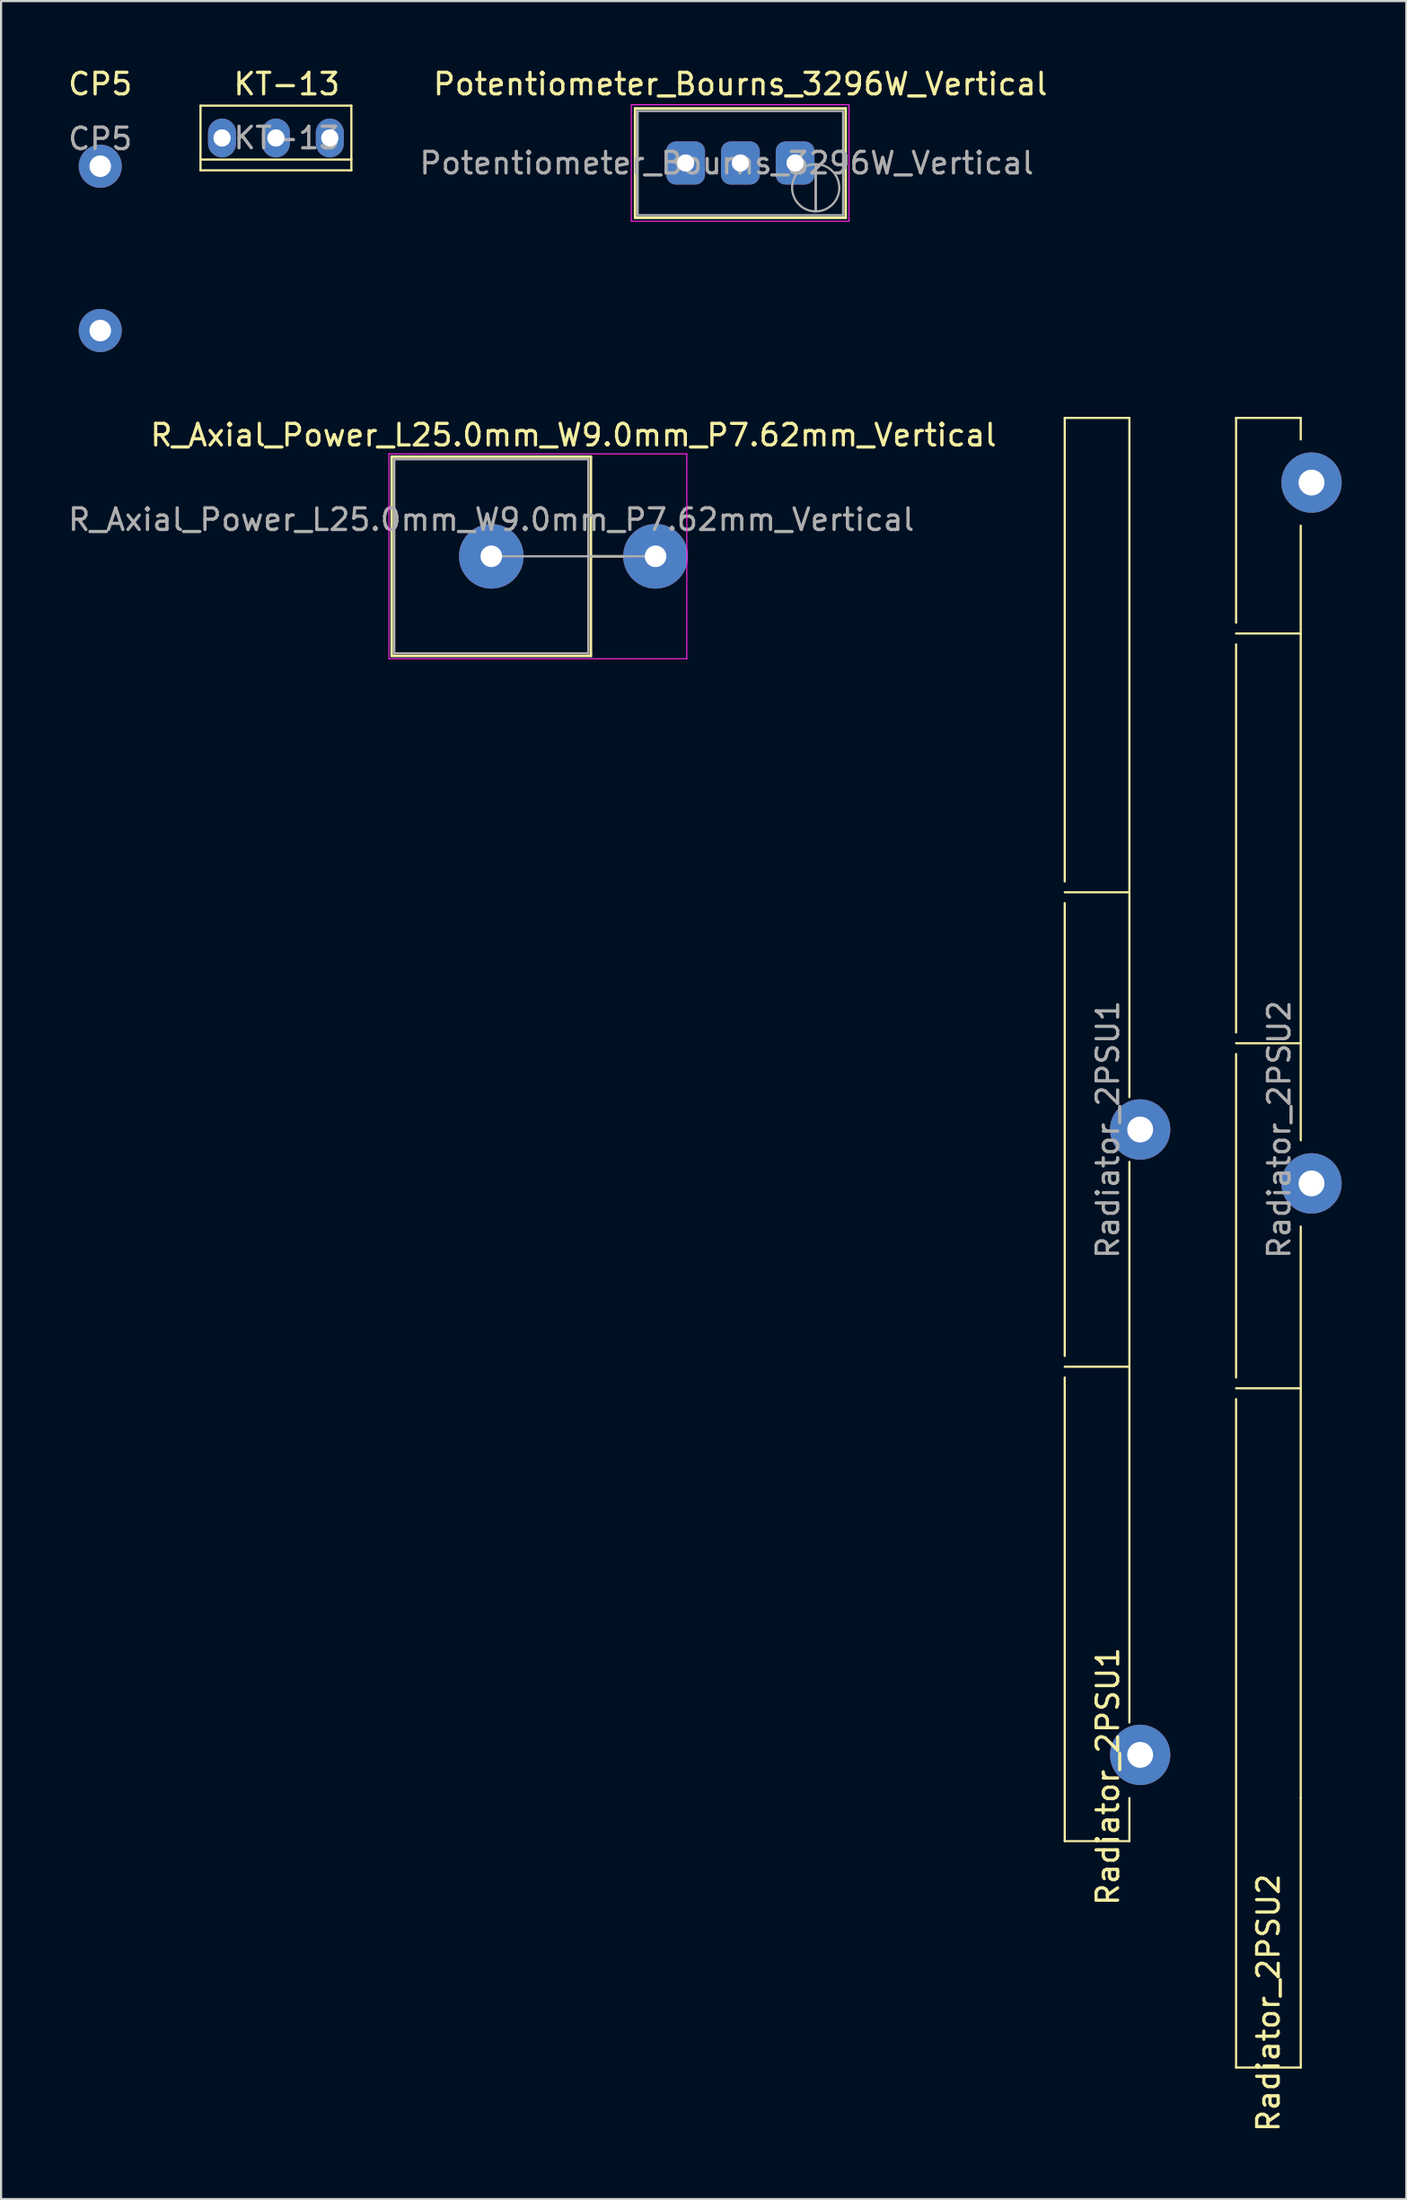
<source format=kicad_pcb>
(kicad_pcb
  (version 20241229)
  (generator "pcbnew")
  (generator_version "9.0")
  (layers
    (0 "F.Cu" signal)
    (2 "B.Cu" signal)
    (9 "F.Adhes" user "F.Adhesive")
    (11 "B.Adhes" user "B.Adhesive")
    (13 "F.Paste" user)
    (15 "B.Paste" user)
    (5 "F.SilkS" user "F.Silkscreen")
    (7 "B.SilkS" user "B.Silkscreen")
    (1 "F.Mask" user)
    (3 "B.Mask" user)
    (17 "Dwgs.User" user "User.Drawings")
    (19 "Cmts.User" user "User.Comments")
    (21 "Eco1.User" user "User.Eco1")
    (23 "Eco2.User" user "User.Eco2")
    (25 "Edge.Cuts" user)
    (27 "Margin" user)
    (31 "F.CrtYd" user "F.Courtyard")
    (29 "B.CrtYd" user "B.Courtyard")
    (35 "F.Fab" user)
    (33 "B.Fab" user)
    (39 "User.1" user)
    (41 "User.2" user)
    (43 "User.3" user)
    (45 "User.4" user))
  (footprint "R_Axial_Power_L25.0mm_W9.0mm_P7.62mm_Vertical"
    (layer "F.Cu")
    (at 19.744 22.747)
    (property "Reference" "R_Axial_Power_L25.0mm_W9.0mm_P7.62mm_Vertical" (at 3.81 -5.62 0) (layer "F.SilkS") (effects (font (size 1 1) (thickness 0.15))))
    (attr through_hole)
    (fp_line (start -4.62 -4.62) (end -4.62 4.62) (stroke (width 0.12) (type solid)) (layer "F.SilkS"))
    (fp_line (start -4.62 4.62) (end 4.62 4.62) (stroke (width 0.12) (type solid)) (layer "F.SilkS"))
    (fp_line (start 4.62 -4.62) (end -4.62 -4.62) (stroke (width 0.12) (type solid)) (layer "F.SilkS"))
    (fp_line (start 4.62 0) (end 6.12 0) (stroke (width 0.12) (type solid)) (layer "F.SilkS"))
    (fp_line (start 4.62 4.62) (end 4.62 -4.62) (stroke (width 0.12) (type solid)) (layer "F.SilkS"))
    (fp_line (start -4.75 -4.75) (end -4.75 4.75) (stroke (width 0.05) (type solid)) (layer "F.CrtYd"))
    (fp_line (start -4.75 4.75) (end 9.07 4.75) (stroke (width 0.05) (type solid)) (layer "F.CrtYd"))
    (fp_line (start 9.07 -4.75) (end -4.75 -4.75) (stroke (width 0.05) (type solid)) (layer "F.CrtYd"))
    (fp_line (start 9.07 4.75) (end 9.07 -4.75) (stroke (width 0.05) (type solid)) (layer "F.CrtYd"))
    (fp_line (start -4.5 -4.5) (end -4.5 4.5) (stroke (width 0.1) (type solid)) (layer "F.Fab"))
    (fp_line (start -4.5 4.5) (end 4.5 4.5) (stroke (width 0.1) (type solid)) (layer "F.Fab"))
    (fp_line (start 0 0) (end 7.62 0) (stroke (width 0.1) (type solid)) (layer "F.Fab"))
    (fp_line (start 4.5 -4.5) (end -4.5 -4.5) (stroke (width 0.1) (type solid)) (layer "F.Fab"))
    (fp_line (start 4.5 4.5) (end 4.5 -4.5) (stroke (width 0.1) (type solid)) (layer "F.Fab"))
    (fp_text user "${REFERENCE}" (at 0 -1.7 0) (layer "F.Fab") (effects (font (size 1 1) (thickness 0.15))))
    (pad "1" thru_hole circle (at 0 0) (size 3 3) (drill 1) (layers "*.Cu" "*.Mask"))
    (pad "2" thru_hole circle (at 7.62 0) (size 3 3) (drill 1) (layers "*.Cu" "*.Mask")))
  (footprint "Potentiometer_Bourns_3296W_Vertical"
    (layer "F.Cu")
    (at 33.84 4.508)
    (property "Reference" "Potentiometer_Bourns_3296W_Vertical" (at -2.54 -3.66 0) (layer "F.SilkS") (effects (font (size 1 1) (thickness 0.15))))
    (attr through_hole)
    (fp_line (start -7.425 -2.53) (end -7.425 2.54) (stroke (width 0.12) (type solid)) (layer "F.SilkS"))
    (fp_line (start -7.425 -2.53) (end 2.345 -2.53) (stroke (width 0.12) (type solid)) (layer "F.SilkS"))
    (fp_line (start -7.425 2.54) (end 2.345 2.54) (stroke (width 0.12) (type solid)) (layer "F.SilkS"))
    (fp_line (start 2.345 -2.53) (end 2.345 2.54) (stroke (width 0.12) (type solid)) (layer "F.SilkS"))
    (fp_line (start -7.6 -2.7) (end -7.6 2.7) (stroke (width 0.05) (type solid)) (layer "F.CrtYd"))
    (fp_line (start -7.6 2.7) (end 2.5 2.7) (stroke (width 0.05) (type solid)) (layer "F.CrtYd"))
    (fp_line (start 2.5 -2.7) (end -7.6 -2.7) (stroke (width 0.05) (type solid)) (layer "F.CrtYd"))
    (fp_line (start 2.5 2.7) (end 2.5 -2.7) (stroke (width 0.05) (type solid)) (layer "F.CrtYd"))
    (fp_line (start -7.305 -2.41) (end -7.305 2.42) (stroke (width 0.1) (type solid)) (layer "F.Fab"))
    (fp_line (start -7.305 2.42) (end 2.225 2.42) (stroke (width 0.1) (type solid)) (layer "F.Fab"))
    (fp_line (start 0.955 2.235) (end 0.956 0.066) (stroke (width 0.1) (type solid)) (layer "F.Fab"))
    (fp_line (start 0.955 2.235) (end 0.956 0.066) (stroke (width 0.1) (type solid)) (layer "F.Fab"))
    (fp_line (start 2.225 -2.41) (end -7.305 -2.41) (stroke (width 0.1) (type solid)) (layer "F.Fab"))
    (fp_line (start 2.225 2.42) (end 2.225 -2.41) (stroke (width 0.1) (type solid)) (layer "F.Fab"))
    (fp_circle (center 0.955 1.15) (end 2.05 1.15) (stroke (width 0.1) (type solid)) (fill no) (layer "F.Fab"))
    (fp_text user "${REFERENCE}" (at -3.175 0.005 0) (layer "F.Fab") (effects (font (size 1 1) (thickness 0.15))))
    (pad "1" thru_hole roundrect (at 0 0) (size 1.8 2) (drill 0.8) (layers "*.Cu" "*.Mask") (roundrect_rratio 0.25))
    (pad "2" thru_hole roundrect (at -2.54 0) (size 1.8 2) (drill 0.8) (layers "*.Cu" "*.Mask") (roundrect_rratio 0.25))
    (pad "3" thru_hole roundrect (at -5.08 0) (size 1.8 2) (drill 0.8) (layers "*.Cu" "*.Mask") (roundrect_rratio 0.25)))
  (footprint "Radiator_2PSU1"
    (layer "F.Cu")
    (at 48.348 49.328)
    (property "Reference" "Radiator_2PSU1" (at 0 30 90) (layer "F.SilkS") (effects (font (size 1 1) (thickness 0.15))))
    (attr exclude_from_pos_files)
    (fp_line (start -2 -11.5) (end -2 -33) (stroke (width 0.1) (type default)) (layer "F.SilkS"))
    (fp_line (start -2 -10.5) (end -2 10.5) (stroke (width 0.1) (type default)) (layer "F.SilkS"))
    (fp_line (start -2 11.5) (end -2 33) (stroke (width 0.1) (type default)) (layer "F.SilkS"))
    (fp_line (start -2 33) (end 1 33) (stroke (width 0.1) (type default)) (layer "F.SilkS"))
    (fp_line (start 1 -33) (end -2 -33) (stroke (width 0.1) (type default)) (layer "F.SilkS"))
    (fp_line (start 1 -11) (end -2 -11) (stroke (width 0.1) (type default)) (layer "F.SilkS"))
    (fp_line (start 1 -1.5) (end 1 -33) (stroke (width 0.1) (type default)) (layer "F.SilkS"))
    (fp_line (start 1 11) (end -2 11) (stroke (width 0.1) (type default)) (layer "F.SilkS"))
    (fp_line (start 1 27.5) (end 1 1.5) (stroke (width 0.1) (type default)) (layer "F.SilkS"))
    (fp_line (start 1 31) (end 1 33) (stroke (width 0.1) (type default)) (layer "F.SilkS"))
    (fp_text user "${REFERENCE}" (at 0 0 90) (layer "F.Fab") (effects (font (size 1 1) (thickness 0.15))))
    (pad "1" thru_hole circle (at 1.5 0) (size 2.8 2.8) (drill 1.2) (layers "*.Cu" "*.Mask"))
    (pad "1" thru_hole circle (at 1.5 29) (size 2.8 2.8) (drill 1.2) (layers "*.Cu" "*.Mask")))
  (footprint "Radiator_2PSU2"
    (layer "F.Cu")
    (at 56.298 49.328)
    (property "Reference" "Radiator_2PSU2" (at -0.5 40.5 90) (layer "F.SilkS") (effects (font (size 1 1) (thickness 0.15))))
    (attr exclude_from_pos_files)
    (fp_line (start -2 -33) (end -2 -23.5) (stroke (width 0.1) (type default)) (layer "F.SilkS"))
    (fp_line (start -2 -23) (end 1 -23) (stroke (width 0.1) (type default)) (layer "F.SilkS"))
    (fp_line (start -2 -22.5) (end -2 -4.5) (stroke (width 0.1) (type default)) (layer "F.SilkS"))
    (fp_line (start -2 -4) (end 1 -4) (stroke (width 0.1) (type default)) (layer "F.SilkS"))
    (fp_line (start -2 -3.5) (end -2 11.5) (stroke (width 0.1) (type default)) (layer "F.SilkS"))
    (fp_line (start -2 12.5) (end -2 43.5) (stroke (width 0.1) (type default)) (layer "F.SilkS"))
    (fp_line (start -2 43.5) (end 1 43.5) (stroke (width 0.1) (type default)) (layer "F.SilkS"))
    (fp_line (start 1 -33) (end -2 -33) (stroke (width 0.1) (type default)) (layer "F.SilkS"))
    (fp_line (start 1 -33) (end 1 -32) (stroke (width 0.1) (type default)) (layer "F.SilkS"))
    (fp_line (start 1 0.5) (end 1 -28) (stroke (width 0.1) (type default)) (layer "F.SilkS"))
    (fp_line (start 1 12) (end -2 12) (stroke (width 0.1) (type default)) (layer "F.SilkS"))
    (fp_line (start 1 31) (end 1 4.5) (stroke (width 0.1) (type default)) (layer "F.SilkS"))
    (fp_line (start 1 31) (end 1 43.5) (stroke (width 0.1) (type default)) (layer "F.SilkS"))
    (fp_text user "${REFERENCE}" (at 0 0 90) (layer "F.Fab") (effects (font (size 1 1) (thickness 0.15))))
    (pad "1" thru_hole circle (at 1.5 -30) (size 2.8 2.8) (drill 1.2) (layers "*.Cu" "*.Mask"))
    (pad "1" thru_hole circle (at 1.5 2.5) (size 2.8 2.8) (drill 1.2) (layers "*.Cu" "*.Mask")))
  (footprint "CP5"
    (layer "F.Cu")
    (at 1.601 8.468)
    (property "Reference" "CP5" (at 0 -7.62 0) (layer "F.SilkS") (effects (font (size 1 1) (thickness 0.15))))
    (attr through_hole)
    (fp_text user "${REFERENCE}" (at 0 -5.08 0) (layer "F.Fab") (effects (font (size 1 1) (thickness 0.15))))
    (pad "1" thru_hole circle (at 0 3.81) (size 2 2) (drill 1) (layers "*.Cu" "*.Mask"))
    (pad "2" thru_hole circle (at 0 -3.81) (size 2 2) (drill 1) (layers "*.Cu" "*.Mask")))
  (footprint "KT-13"
    (layer "F.Cu")
    (at 7.252 3.348)
    (property "Reference" "KT-13" (at 3 -2.5 0) (layer "F.SilkS") (effects (font (size 1 1) (thickness 0.15))))
    (attr through_hole)
    (fp_line (start -1 -1.5) (end -1 1.5) (stroke (width 0.1) (type default)) (layer "F.SilkS"))
    (fp_line (start -1 1) (end 6 1) (stroke (width 0.1) (type default)) (layer "F.SilkS"))
    (fp_line (start -1 1.5) (end 6 1.5) (stroke (width 0.1) (type default)) (layer "F.SilkS"))
    (fp_line (start 6 -1.5) (end -1 -1.5) (stroke (width 0.1) (type default)) (layer "F.SilkS"))
    (fp_line (start 6 1.5) (end 6 -1.5) (stroke (width 0.1) (type default)) (layer "F.SilkS"))
    (fp_text user "${REFERENCE}" (at 3 0 0) (layer "F.Fab") (effects (font (size 1 1) (thickness 0.15))))
    (pad "1" thru_hole oval (at 2.5 0) (size 1.3 1.8) (drill 0.8) (layers "*.Cu" "*.Mask"))
    (pad "2" thru_hole oval (at 0 0) (size 1.3 1.8) (drill 0.8) (layers "*.Cu" "*.Mask"))
    (pad "3" thru_hole oval (at 5 0) (size 1.3 1.8) (drill 0.8) (layers "*.Cu" "*.Mask")))
  (gr_rect
    (start -3 -3)
    (end 62.198 98.929)
    (stroke (width 0.1) (type default))
    (fill no)
    (layer "Edge.Cuts")))
</source>
